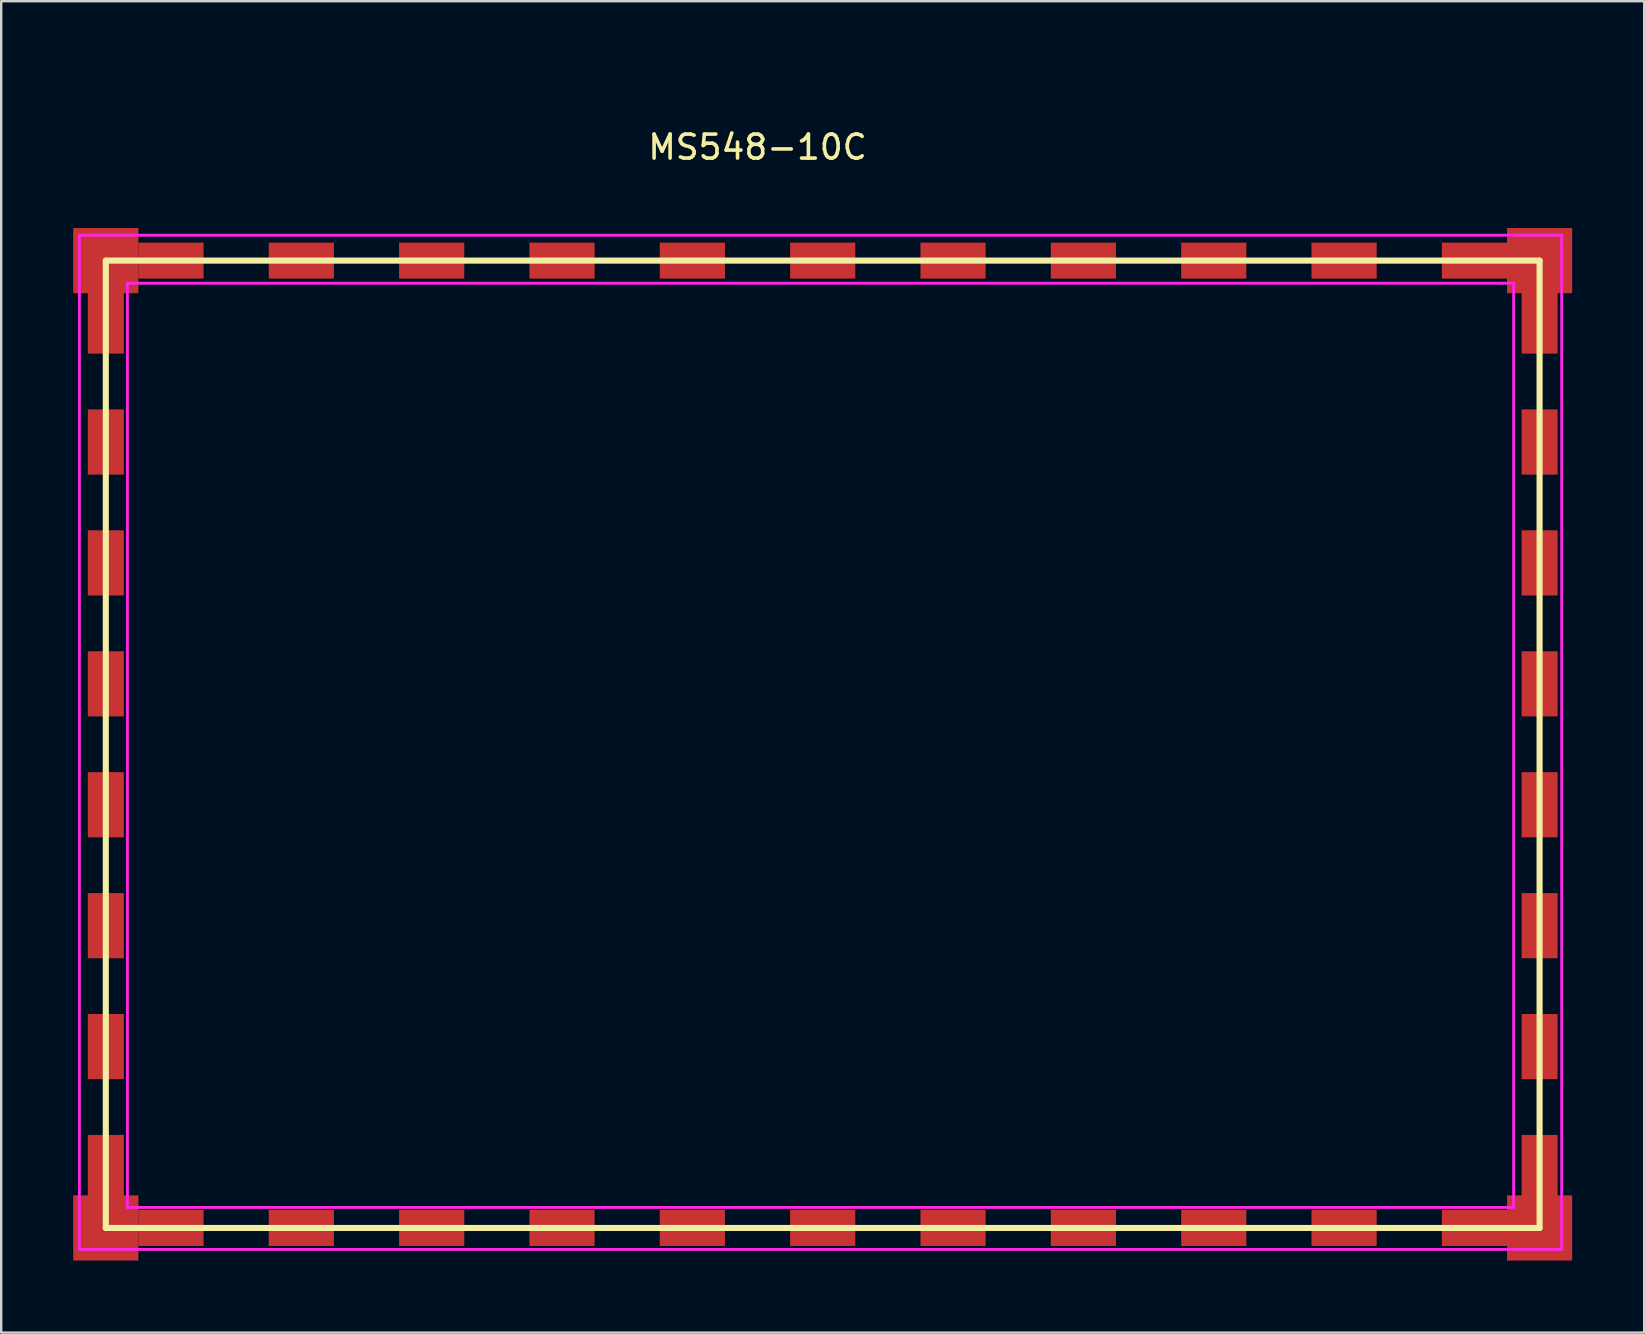
<source format=kicad_pcb>
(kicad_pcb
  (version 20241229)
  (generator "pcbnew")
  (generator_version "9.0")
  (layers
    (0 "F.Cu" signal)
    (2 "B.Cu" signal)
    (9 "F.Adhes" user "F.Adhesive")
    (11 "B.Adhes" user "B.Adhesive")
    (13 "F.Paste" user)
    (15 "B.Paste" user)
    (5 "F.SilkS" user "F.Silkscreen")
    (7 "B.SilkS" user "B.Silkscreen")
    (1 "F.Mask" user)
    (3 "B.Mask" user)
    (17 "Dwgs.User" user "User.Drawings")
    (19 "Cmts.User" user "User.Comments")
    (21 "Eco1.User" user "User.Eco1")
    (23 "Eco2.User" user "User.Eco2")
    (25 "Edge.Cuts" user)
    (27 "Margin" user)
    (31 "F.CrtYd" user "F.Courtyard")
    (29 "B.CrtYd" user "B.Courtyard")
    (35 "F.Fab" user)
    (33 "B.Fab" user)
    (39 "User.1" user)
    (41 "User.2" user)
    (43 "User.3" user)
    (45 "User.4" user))
  (footprint "MS548-10C"
    (layer "F.Cu")
    (at 28.508 0.25)
    (property "Reference" "MS548-10C" (at 0 2.83 0) (layer "F.SilkS") (effects (font (size 1 1) (thickness 0.15))))
    (attr through_hole)
    (fp_line (start -27.15 7.556) (end 32.58 7.556) (stroke (width 0.254) (type solid)) (layer "F.SilkS"))
    (fp_line (start -27.15 47.856) (end -27.15 7.556) (stroke (width 0.254) (type solid)) (layer "F.SilkS"))
    (fp_line (start 32.58 7.556) (end 32.58 47.856) (stroke (width 0.254) (type solid)) (layer "F.SilkS"))
    (fp_line (start 32.58 47.856) (end -27.15 47.856) (stroke (width 0.254) (type solid)) (layer "F.SilkS"))
    (fp_line (start -28.25 6.5) (end -28.25 6.75) (stroke (width 0.12) (type solid)) (layer "F.CrtYd"))
    (fp_line (start -28.25 6.75) (end -28.25 9) (stroke (width 0.12) (type solid)) (layer "F.CrtYd"))
    (fp_line (start -28.25 9) (end -28.25 48.75) (stroke (width 0.12) (type solid)) (layer "F.CrtYd"))
    (fp_line (start -28.25 48.75) (end 33.5 48.75) (stroke (width 0.12) (type solid)) (layer "F.CrtYd"))
    (fp_line (start -26.25 8.5) (end -26.25 47) (stroke (width 0.12) (type solid)) (layer "F.CrtYd"))
    (fp_line (start -26.25 47) (end 31.5 47) (stroke (width 0.12) (type solid)) (layer "F.CrtYd"))
    (fp_line (start -26 8.5) (end -26.25 8.5) (stroke (width 0.12) (type solid)) (layer "F.CrtYd"))
    (fp_line (start 31 8.5) (end -26 8.5) (stroke (width 0.12) (type solid)) (layer "F.CrtYd"))
    (fp_line (start 31.5 8.5) (end 31 8.5) (stroke (width 0.12) (type solid)) (layer "F.CrtYd"))
    (fp_line (start 31.5 47) (end 31.5 8.5) (stroke (width 0.12) (type solid)) (layer "F.CrtYd"))
    (fp_line (start 33.5 6.5) (end -28.25 6.5) (stroke (width 0.12) (type solid)) (layer "F.CrtYd"))
    (fp_line (start 33.5 6.5) (end 33.5 6.75) (stroke (width 0.12) (type solid)) (layer "F.CrtYd"))
    (fp_line (start 33.5 48.75) (end 33.5 6.75) (stroke (width 0.12) (type solid)) (layer "F.CrtYd"))
    (pad "1" smd rect (at -27.15 7.556 180) (size 2.715 2.715) (layers "F.Cu" "F.Mask" "F.Paste"))
    (pad "1" smd rect (at -27.15 10.075 270) (size 2.715 1.5) (layers "F.Cu" "F.Mask" "F.Paste"))
    (pad "1" smd rect (at -27.15 15.113 270) (size 2.715 1.5) (layers "F.Cu" "F.Mask" "F.Paste"))
    (pad "1" smd rect (at -27.15 20.15 270) (size 2.715 1.5) (layers "F.Cu" "F.Mask" "F.Paste"))
    (pad "1" smd rect (at -27.15 25.188 270) (size 2.715 1.5) (layers "F.Cu" "F.Mask" "F.Paste"))
    (pad "1" smd rect (at -27.15 30.225 270) (size 2.715 1.5) (layers "F.Cu" "F.Mask" "F.Paste"))
    (pad "1" smd rect (at -27.15 35.263 270) (size 2.715 1.5) (layers "F.Cu" "F.Mask" "F.Paste"))
    (pad "1" smd rect (at -27.15 40.3 270) (size 2.715 1.5) (layers "F.Cu" "F.Mask" "F.Paste"))
    (pad "1" smd rect (at -27.15 45.337 270) (size 2.715 1.5) (layers "F.Cu" "F.Mask" "F.Paste"))
    (pad "1" smd rect (at -27.15 47.856 180) (size 2.715 2.715) (layers "F.Cu" "F.Mask" "F.Paste"))
    (pad "1" smd rect (at -24.435 7.556 180) (size 2.715 1.5) (layers "F.Cu" "F.Mask" "F.Paste"))
    (pad "1" smd rect (at -24.435 47.856) (size 2.715 1.5) (layers "F.Cu" "F.Mask" "F.Paste"))
    (pad "1" smd rect (at -19.005 7.556 180) (size 2.715 1.5) (layers "F.Cu" "F.Mask" "F.Paste"))
    (pad "1" smd rect (at -19.005 47.856) (size 2.715 1.5) (layers "F.Cu" "F.Mask" "F.Paste"))
    (pad "1" smd rect (at -13.575 7.556 180) (size 2.715 1.5) (layers "F.Cu" "F.Mask" "F.Paste"))
    (pad "1" smd rect (at -13.575 47.856) (size 2.715 1.5) (layers "F.Cu" "F.Mask" "F.Paste"))
    (pad "1" smd rect (at -8.145 7.556 180) (size 2.715 1.5) (layers "F.Cu" "F.Mask" "F.Paste"))
    (pad "1" smd rect (at -8.145 47.856) (size 2.715 1.5) (layers "F.Cu" "F.Mask" "F.Paste"))
    (pad "1" smd rect (at -2.715 7.556 180) (size 2.715 1.5) (layers "F.Cu" "F.Mask" "F.Paste"))
    (pad "1" smd rect (at -2.715 47.856) (size 2.715 1.5) (layers "F.Cu" "F.Mask" "F.Paste"))
    (pad "1" smd rect (at 2.715 7.556 180) (size 2.715 1.5) (layers "F.Cu" "F.Mask" "F.Paste"))
    (pad "1" smd rect (at 2.715 47.856) (size 2.715 1.5) (layers "F.Cu" "F.Mask" "F.Paste"))
    (pad "1" smd rect (at 8.145 7.556 180) (size 2.715 1.5) (layers "F.Cu" "F.Mask" "F.Paste"))
    (pad "1" smd rect (at 8.145 47.856) (size 2.715 1.5) (layers "F.Cu" "F.Mask" "F.Paste"))
    (pad "1" smd rect (at 13.575 7.556 180) (size 2.715 1.5) (layers "F.Cu" "F.Mask" "F.Paste"))
    (pad "1" smd rect (at 13.575 47.856) (size 2.715 1.5) (layers "F.Cu" "F.Mask" "F.Paste"))
    (pad "1" smd rect (at 19.005 7.556 180) (size 2.715 1.5) (layers "F.Cu" "F.Mask" "F.Paste"))
    (pad "1" smd rect (at 19.005 47.856) (size 2.715 1.5) (layers "F.Cu" "F.Mask" "F.Paste"))
    (pad "1" smd rect (at 24.435 7.556 180) (size 2.715 1.5) (layers "F.Cu" "F.Mask" "F.Paste"))
    (pad "1" smd rect (at 24.435 47.856) (size 2.715 1.5) (layers "F.Cu" "F.Mask" "F.Paste"))
    (pad "1" smd rect (at 29.865 7.556 180) (size 2.715 1.5) (layers "F.Cu" "F.Mask" "F.Paste"))
    (pad "1" smd rect (at 29.865 47.856) (size 2.715 1.5) (layers "F.Cu" "F.Mask" "F.Paste"))
    (pad "1" smd rect (at 32.58 7.556 180) (size 2.715 2.715) (layers "F.Cu" "F.Mask" "F.Paste"))
    (pad "1" smd rect (at 32.58 10.075 90) (size 2.715 1.5) (layers "F.Cu" "F.Mask" "F.Paste"))
    (pad "1" smd rect (at 32.58 15.113 90) (size 2.715 1.5) (layers "F.Cu" "F.Mask" "F.Paste"))
    (pad "1" smd rect (at 32.58 20.15 90) (size 2.715 1.5) (layers "F.Cu" "F.Mask" "F.Paste"))
    (pad "1" smd rect (at 32.58 25.188 90) (size 2.715 1.5) (layers "F.Cu" "F.Mask" "F.Paste"))
    (pad "1" smd rect (at 32.58 30.225 90) (size 2.715 1.5) (layers "F.Cu" "F.Mask" "F.Paste"))
    (pad "1" smd rect (at 32.58 35.263 90) (size 2.715 1.5) (layers "F.Cu" "F.Mask" "F.Paste"))
    (pad "1" smd rect (at 32.58 40.3 90) (size 2.715 1.5) (layers "F.Cu" "F.Mask" "F.Paste"))
    (pad "1" smd rect (at 32.58 45.337 90) (size 2.715 1.5) (layers "F.Cu" "F.Mask" "F.Paste"))
    (pad "1" smd rect (at 32.58 47.856 180) (size 2.715 2.715) (layers "F.Cu" "F.Mask" "F.Paste")))
  (gr_rect
    (start -3 -3)
    (end 65.445 52.464)
    (stroke (width 0.1) (type default))
    (fill no)
    (layer "Edge.Cuts")))
</source>
